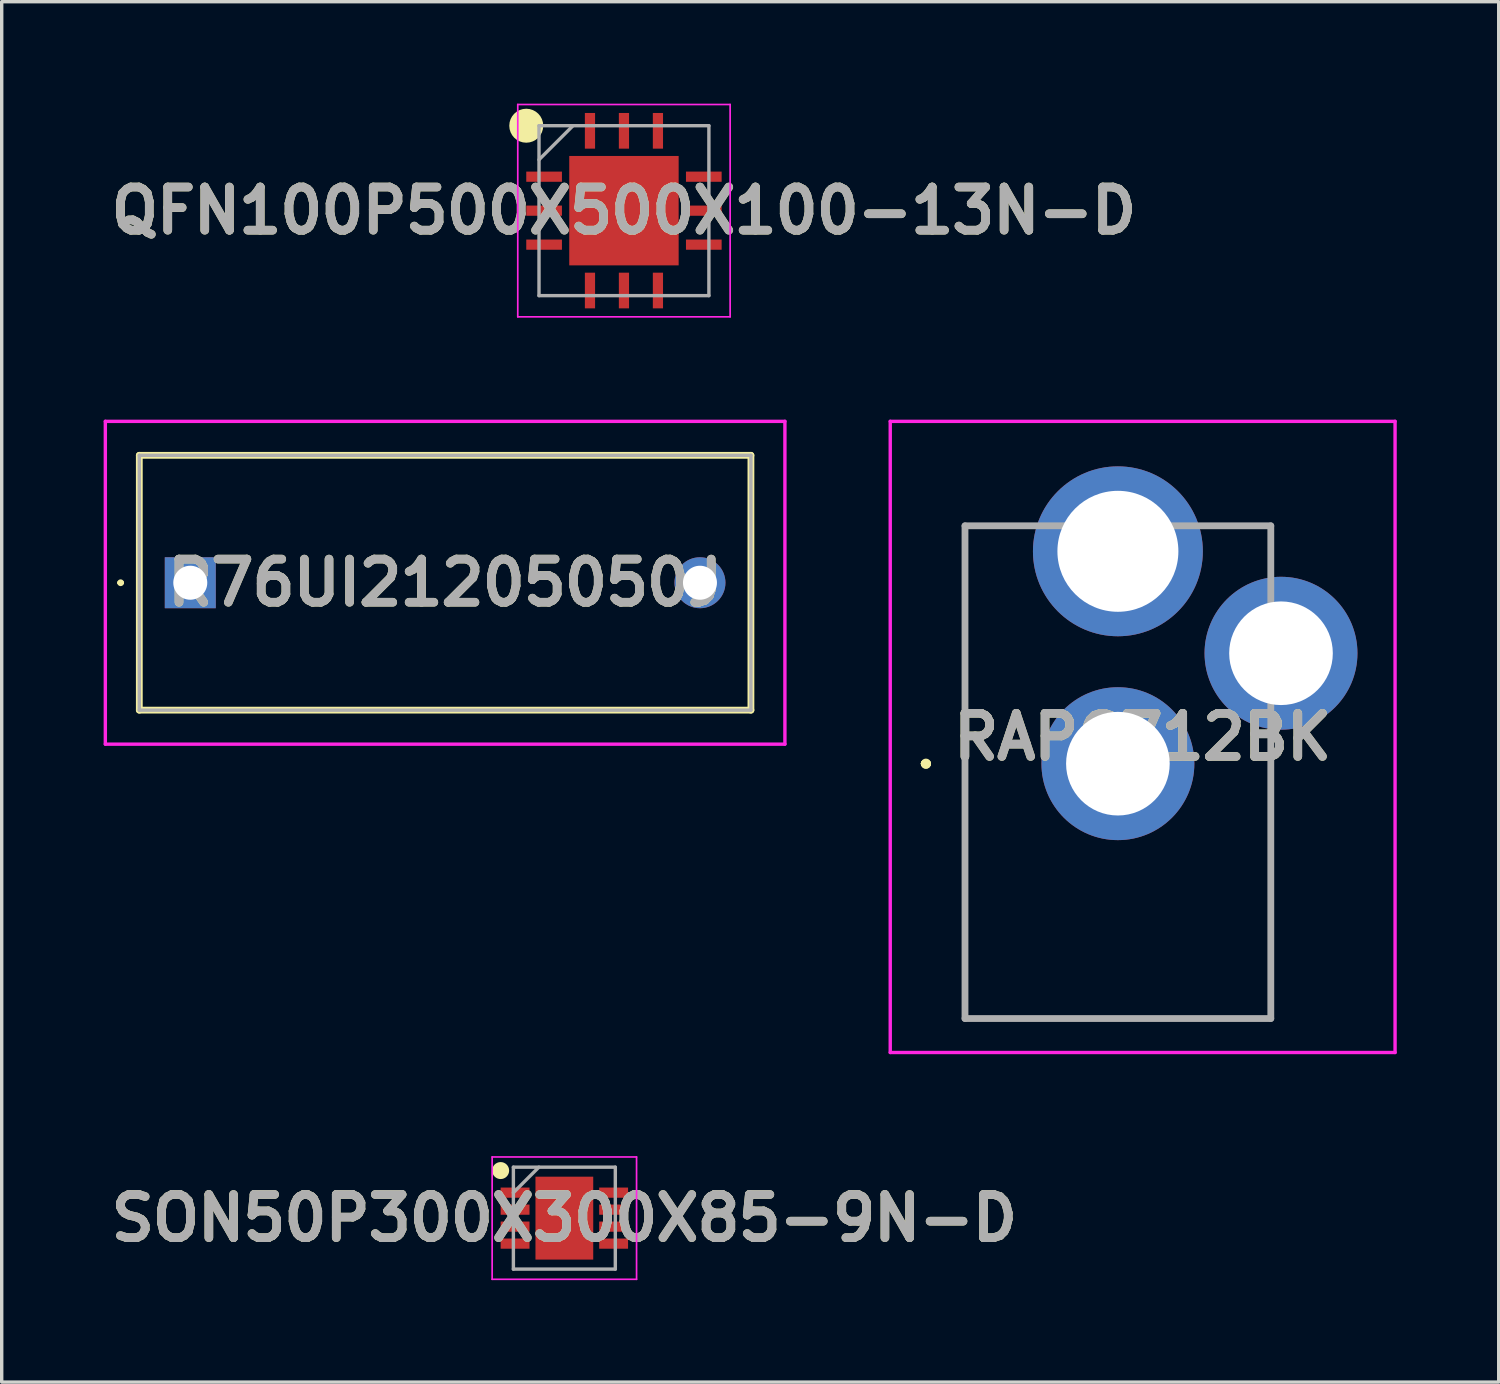
<source format=kicad_pcb>
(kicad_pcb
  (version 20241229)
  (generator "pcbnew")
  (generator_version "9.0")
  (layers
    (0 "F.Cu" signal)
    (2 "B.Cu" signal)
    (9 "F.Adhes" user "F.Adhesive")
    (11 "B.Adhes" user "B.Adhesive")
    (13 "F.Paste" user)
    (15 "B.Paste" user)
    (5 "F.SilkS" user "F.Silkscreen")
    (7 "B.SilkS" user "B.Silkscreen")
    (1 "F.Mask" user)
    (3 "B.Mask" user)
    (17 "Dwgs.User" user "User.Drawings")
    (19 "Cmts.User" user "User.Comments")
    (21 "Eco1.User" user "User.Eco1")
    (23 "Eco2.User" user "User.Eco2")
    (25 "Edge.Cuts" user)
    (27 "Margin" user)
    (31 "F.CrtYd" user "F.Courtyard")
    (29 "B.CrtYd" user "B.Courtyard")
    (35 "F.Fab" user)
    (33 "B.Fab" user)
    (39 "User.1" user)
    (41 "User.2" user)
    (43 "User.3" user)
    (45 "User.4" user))
  (footprint "SON50P300X300X85-9N-D"
    (layer "F.Cu")
    (at 13.559 32.8)
    (property "Reference" "SON50P300X300X85-9N-D" (at 0 0 0) (layer "F.SilkS") (effects (font (size 1.27 1.27) (thickness 0.254))))
    (attr smd)
    (fp_circle (center -1.875 -1.4) (end -1.875 -1.275) (stroke (width 0.25) (type solid)) (fill no) (layer "F.SilkS"))
    (fp_line (start -2.125 -1.8) (end 2.125 -1.8) (stroke (width 0.05) (type solid)) (layer "F.CrtYd"))
    (fp_line (start -2.125 1.8) (end -2.125 -1.8) (stroke (width 0.05) (type solid)) (layer "F.CrtYd"))
    (fp_line (start 2.125 -1.8) (end 2.125 1.8) (stroke (width 0.05) (type solid)) (layer "F.CrtYd"))
    (fp_line (start 2.125 1.8) (end -2.125 1.8) (stroke (width 0.05) (type solid)) (layer "F.CrtYd"))
    (fp_line (start -1.5 -1.5) (end 1.5 -1.5) (stroke (width 0.1) (type solid)) (layer "F.Fab"))
    (fp_line (start -1.5 -0.75) (end -0.75 -1.5) (stroke (width 0.1) (type solid)) (layer "F.Fab"))
    (fp_line (start -1.5 1.5) (end -1.5 -1.5) (stroke (width 0.1) (type solid)) (layer "F.Fab"))
    (fp_line (start 1.5 -1.5) (end 1.5 1.5) (stroke (width 0.1) (type solid)) (layer "F.Fab"))
    (fp_line (start 1.5 1.5) (end -1.5 1.5) (stroke (width 0.1) (type solid)) (layer "F.Fab"))
    (fp_text user "${REFERENCE}" (at 0 0 0) (layer "F.Fab") (effects (font (size 1.27 1.27) (thickness 0.254))))
    (pad "1" smd rect (at -1.45 -0.75 90) (size 0.3 0.85) (layers "F.Cu" "F.Mask" "F.Paste"))
    (pad "2" smd rect (at -1.45 -0.25 90) (size 0.3 0.85) (layers "F.Cu" "F.Mask" "F.Paste"))
    (pad "3" smd rect (at -1.45 0.25 90) (size 0.3 0.85) (layers "F.Cu" "F.Mask" "F.Paste"))
    (pad "4" smd rect (at -1.45 0.75 90) (size 0.3 0.85) (layers "F.Cu" "F.Mask" "F.Paste"))
    (pad "5" smd rect (at 1.45 0.75 90) (size 0.3 0.85) (layers "F.Cu" "F.Mask" "F.Paste"))
    (pad "6" smd rect (at 1.45 0.25 90) (size 0.3 0.85) (layers "F.Cu" "F.Mask" "F.Paste"))
    (pad "7" smd rect (at 1.45 -0.25 90) (size 0.3 0.85) (layers "F.Cu" "F.Mask" "F.Paste"))
    (pad "8" smd rect (at 1.45 -0.75 90) (size 0.3 0.85) (layers "F.Cu" "F.Mask" "F.Paste"))
    (pad "9" smd rect (at 0 0) (size 1.7 2.44) (layers "F.Cu" "F.Mask" "F.Paste")))
  (footprint "RAPC712BK"
    (layer "F.Cu")
    (at 29.85 26.915)
    (property "Reference" "RAPC712BK" (at 0.728 -8.277 0) (layer "F.SilkS") (effects (font (size 1.27 1.27) (thickness 0.254))))
    (attr through_hole)
    (fp_line (start -5.7 -7.49) (end -5.7 -7.49) (stroke (width 0.2) (type solid)) (layer "F.SilkS"))
    (fp_line (start -5.7 -7.49) (end -5.7 -7.49) (stroke (width 0.2) (type solid)) (layer "F.SilkS"))
    (fp_line (start -5.6 -7.49) (end -5.6 -7.49) (stroke (width 0.2) (type solid)) (layer "F.SilkS"))
    (fp_line (start -4.5 -14.49) (end -4.5 -14.49) (stroke (width 0.1) (type solid)) (layer "F.SilkS"))
    (fp_line (start -4.5 -14.49) (end -4.5 -14.49) (stroke (width 0.1) (type solid)) (layer "F.SilkS"))
    (fp_line (start -4.5 -14.49) (end -4.5 0.01) (stroke (width 0.1) (type solid)) (layer "F.SilkS"))
    (fp_line (start -4.5 -14.49) (end -3.25 -14.49) (stroke (width 0.1) (type solid)) (layer "F.SilkS"))
    (fp_line (start -4.5 0.01) (end -4.5 -14.49) (stroke (width 0.1) (type solid)) (layer "F.SilkS"))
    (fp_line (start -4.5 0.01) (end -4.5 0.01) (stroke (width 0.1) (type solid)) (layer "F.SilkS"))
    (fp_line (start -4.5 0.01) (end -4.5 0.01) (stroke (width 0.1) (type solid)) (layer "F.SilkS"))
    (fp_line (start -4.5 0.01) (end 4.5 0.01) (stroke (width 0.1) (type solid)) (layer "F.SilkS"))
    (fp_line (start -3.25 -14.49) (end -4.5 -14.49) (stroke (width 0.1) (type solid)) (layer "F.SilkS"))
    (fp_line (start -3.25 -14.49) (end -3.25 -14.49) (stroke (width 0.1) (type solid)) (layer "F.SilkS"))
    (fp_line (start 3.5 -14.49) (end 3.5 -14.49) (stroke (width 0.1) (type solid)) (layer "F.SilkS"))
    (fp_line (start 3.5 -14.49) (end 4.5 -14.49) (stroke (width 0.1) (type solid)) (layer "F.SilkS"))
    (fp_line (start 4.5 -14.49) (end 3.5 -14.49) (stroke (width 0.1) (type solid)) (layer "F.SilkS"))
    (fp_line (start 4.5 -14.49) (end 4.5 -14.49) (stroke (width 0.1) (type solid)) (layer "F.SilkS"))
    (fp_line (start 4.5 -14.49) (end 4.5 -14.49) (stroke (width 0.1) (type solid)) (layer "F.SilkS"))
    (fp_line (start 4.5 -14.49) (end 4.5 -13.74) (stroke (width 0.1) (type solid)) (layer "F.SilkS"))
    (fp_line (start 4.5 -13.74) (end 4.5 -14.49) (stroke (width 0.1) (type solid)) (layer "F.SilkS"))
    (fp_line (start 4.5 -13.74) (end 4.5 -13.74) (stroke (width 0.1) (type solid)) (layer "F.SilkS"))
    (fp_line (start 4.5 -7.74) (end 4.5 -7.74) (stroke (width 0.1) (type solid)) (layer "F.SilkS"))
    (fp_line (start 4.5 -7.74) (end 4.5 0.01) (stroke (width 0.1) (type solid)) (layer "F.SilkS"))
    (fp_line (start 4.5 0.01) (end -4.5 0.01) (stroke (width 0.1) (type solid)) (layer "F.SilkS"))
    (fp_line (start 4.5 0.01) (end 4.5 -7.74) (stroke (width 0.1) (type solid)) (layer "F.SilkS"))
    (fp_line (start 4.5 0.01) (end 4.5 0.01) (stroke (width 0.1) (type solid)) (layer "F.SilkS"))
    (fp_line (start 4.5 0.01) (end 4.5 0.01) (stroke (width 0.1) (type solid)) (layer "F.SilkS"))
    (fp_arc (start -5.7 -7.49) (mid -5.65 -7.54) (end -5.6 -7.49) (stroke (width 0.2) (type solid)) (layer "F.SilkS"))
    (fp_arc (start -5.6 -7.49) (mid -5.65 -7.44) (end -5.7 -7.49) (stroke (width 0.2) (type solid)) (layer "F.SilkS"))
    (fp_arc (start -5.6 -7.49) (mid -5.65 -7.44) (end -5.7 -7.49) (stroke (width 0.2) (type solid)) (layer "F.SilkS"))
    (fp_line (start -6.7 -17.565) (end 8.157 -17.565) (stroke (width 0.1) (type solid)) (layer "F.CrtYd"))
    (fp_line (start -6.7 1.01) (end -6.7 -17.565) (stroke (width 0.1) (type solid)) (layer "F.CrtYd"))
    (fp_line (start 8.157 -17.565) (end 8.157 1.01) (stroke (width 0.1) (type solid)) (layer "F.CrtYd"))
    (fp_line (start 8.157 1.01) (end -6.7 1.01) (stroke (width 0.1) (type solid)) (layer "F.CrtYd"))
    (fp_line (start -4.5 -14.49) (end -4.5 0.01) (stroke (width 0.2) (type solid)) (layer "F.Fab"))
    (fp_line (start -4.5 0.01) (end 4.5 0.01) (stroke (width 0.2) (type solid)) (layer "F.Fab"))
    (fp_line (start 4.5 -14.49) (end -4.5 -14.49) (stroke (width 0.2) (type solid)) (layer "F.Fab"))
    (fp_line (start 4.5 0.01) (end 4.5 -14.49) (stroke (width 0.2) (type solid)) (layer "F.Fab"))
    (fp_text user "${REFERENCE}" (at 0.728 -8.277 0) (layer "F.Fab") (effects (font (size 1.27 1.27) (thickness 0.254))))
    (pad "1" thru_hole circle (at 0 -7.49) (size 4.5 4.5) (drill 3.05) (layers "*.Cu" "*.Mask"))
    (pad "2" thru_hole circle (at 0 -13.74) (size 5 5) (drill 3.56) (layers "*.Cu" "*.Mask"))
    (pad "3" thru_hole circle (at 4.8 -10.74) (size 4.5 4.5) (drill 3.05) (layers "*.Cu" "*.Mask")))
  (footprint "QFN100P500X500X100-13N-D"
    (layer "F.Cu")
    (at 15.313 3.15)
    (property "Reference" "QFN100P500X500X100-13N-D" (at 0 0 0) (layer "F.SilkS") (effects (font (size 1.27 1.27) (thickness 0.254))))
    (attr smd)
    (fp_circle (center -2.875 -2.5) (end -2.875 -2.25) (stroke (width 0.5) (type solid)) (fill no) (layer "F.SilkS"))
    (fp_line (start -3.125 -3.125) (end 3.125 -3.125) (stroke (width 0.05) (type solid)) (layer "F.CrtYd"))
    (fp_line (start -3.125 3.125) (end -3.125 -3.125) (stroke (width 0.05) (type solid)) (layer "F.CrtYd"))
    (fp_line (start 3.125 -3.125) (end 3.125 3.125) (stroke (width 0.05) (type solid)) (layer "F.CrtYd"))
    (fp_line (start 3.125 3.125) (end -3.125 3.125) (stroke (width 0.05) (type solid)) (layer "F.CrtYd"))
    (fp_line (start -2.5 -2.5) (end 2.5 -2.5) (stroke (width 0.1) (type solid)) (layer "F.Fab"))
    (fp_line (start -2.5 -1.5) (end -1.5 -2.5) (stroke (width 0.1) (type solid)) (layer "F.Fab"))
    (fp_line (start -2.5 2.5) (end -2.5 -2.5) (stroke (width 0.1) (type solid)) (layer "F.Fab"))
    (fp_line (start 2.5 -2.5) (end 2.5 2.5) (stroke (width 0.1) (type solid)) (layer "F.Fab"))
    (fp_line (start 2.5 2.5) (end -2.5 2.5) (stroke (width 0.1) (type solid)) (layer "F.Fab"))
    (fp_text user "${REFERENCE}" (at 0 0 0) (layer "F.Fab") (effects (font (size 1.27 1.27) (thickness 0.254))))
    (pad "1" smd rect (at -2.35 -1 90) (size 0.3 1.05) (layers "F.Cu" "F.Mask" "F.Paste"))
    (pad "2" smd rect (at -2.35 0 90) (size 0.3 1.05) (layers "F.Cu" "F.Mask" "F.Paste"))
    (pad "3" smd rect (at -2.35 1 90) (size 0.3 1.05) (layers "F.Cu" "F.Mask" "F.Paste"))
    (pad "4" smd rect (at -1 2.35) (size 0.3 1.05) (layers "F.Cu" "F.Mask" "F.Paste"))
    (pad "5" smd rect (at 0 2.35) (size 0.3 1.05) (layers "F.Cu" "F.Mask" "F.Paste"))
    (pad "6" smd rect (at 1 2.35) (size 0.3 1.05) (layers "F.Cu" "F.Mask" "F.Paste"))
    (pad "7" smd rect (at 2.35 1 90) (size 0.3 1.05) (layers "F.Cu" "F.Mask" "F.Paste"))
    (pad "8" smd rect (at 2.35 0 90) (size 0.3 1.05) (layers "F.Cu" "F.Mask" "F.Paste"))
    (pad "9" smd rect (at 2.35 -1 90) (size 0.3 1.05) (layers "F.Cu" "F.Mask" "F.Paste"))
    (pad "10" smd rect (at 1 -2.35) (size 0.3 1.05) (layers "F.Cu" "F.Mask" "F.Paste"))
    (pad "11" smd rect (at 0 -2.35) (size 0.3 1.05) (layers "F.Cu" "F.Mask" "F.Paste"))
    (pad "12" smd rect (at -1 -2.35) (size 0.3 1.05) (layers "F.Cu" "F.Mask" "F.Paste"))
    (pad "13" smd rect (at 0 0) (size 3.22 3.22) (layers "F.Cu" "F.Mask" "F.Paste")))
  (footprint "R76UI21205050J"
    (layer "F.Cu")
    (at 2.55 14.1)
    (property "Reference" "R76UI21205050J" (at 7.5 0 0) (layer "F.SilkS") (effects (font (size 1.27 1.27) (thickness 0.254))))
    (attr through_hole)
    (fp_line (start -2.1 0) (end -2.1 0) (stroke (width 0.1) (type solid)) (layer "F.SilkS"))
    (fp_line (start -2 0) (end -2 0) (stroke (width 0.1) (type solid)) (layer "F.SilkS"))
    (fp_line (start -1.5 -3.75) (end 16.5 -3.75) (stroke (width 0.2) (type solid)) (layer "F.SilkS"))
    (fp_line (start -1.5 3.75) (end -1.5 -3.75) (stroke (width 0.2) (type solid)) (layer "F.SilkS"))
    (fp_line (start 16.5 -3.75) (end 16.5 3.75) (stroke (width 0.2) (type solid)) (layer "F.SilkS"))
    (fp_line (start 16.5 3.75) (end -1.5 3.75) (stroke (width 0.2) (type solid)) (layer "F.SilkS"))
    (fp_arc (start -2.1 0) (mid -2.05 -0.05) (end -2 0) (stroke (width 0.1) (type solid)) (layer "F.SilkS"))
    (fp_arc (start -2 0) (mid -2.05 0.05) (end -2.1 0) (stroke (width 0.1) (type solid)) (layer "F.SilkS"))
    (fp_line (start -2.5 -4.75) (end 17.5 -4.75) (stroke (width 0.1) (type solid)) (layer "F.CrtYd"))
    (fp_line (start -2.5 4.75) (end -2.5 -4.75) (stroke (width 0.1) (type solid)) (layer "F.CrtYd"))
    (fp_line (start 17.5 -4.75) (end 17.5 4.75) (stroke (width 0.1) (type solid)) (layer "F.CrtYd"))
    (fp_line (start 17.5 4.75) (end -2.5 4.75) (stroke (width 0.1) (type solid)) (layer "F.CrtYd"))
    (fp_line (start -1.5 -3.75) (end -1.5 3.75) (stroke (width 0.1) (type solid)) (layer "F.Fab"))
    (fp_line (start -1.5 3.75) (end 16.5 3.75) (stroke (width 0.1) (type solid)) (layer "F.Fab"))
    (fp_line (start 16.5 -3.75) (end -1.5 -3.75) (stroke (width 0.1) (type solid)) (layer "F.Fab"))
    (fp_line (start 16.5 3.75) (end 16.5 -3.75) (stroke (width 0.1) (type solid)) (layer "F.Fab"))
    (fp_text user "${REFERENCE}" (at 7.5 0 0) (layer "F.Fab") (effects (font (size 1.27 1.27) (thickness 0.254))))
    (pad "1" thru_hole rect (at 0 0) (size 1.5 1.5) (drill 1) (layers "*.Cu" "*.Mask"))
    (pad "2" thru_hole circle (at 15 0) (size 1.5 1.5) (drill 1) (layers "*.Cu" "*.Mask")))
  (gr_rect
    (start -3 -3)
    (end 41.057 37.625)
    (stroke (width 0.1) (type default))
    (fill no)
    (layer "Edge.Cuts")))
</source>
